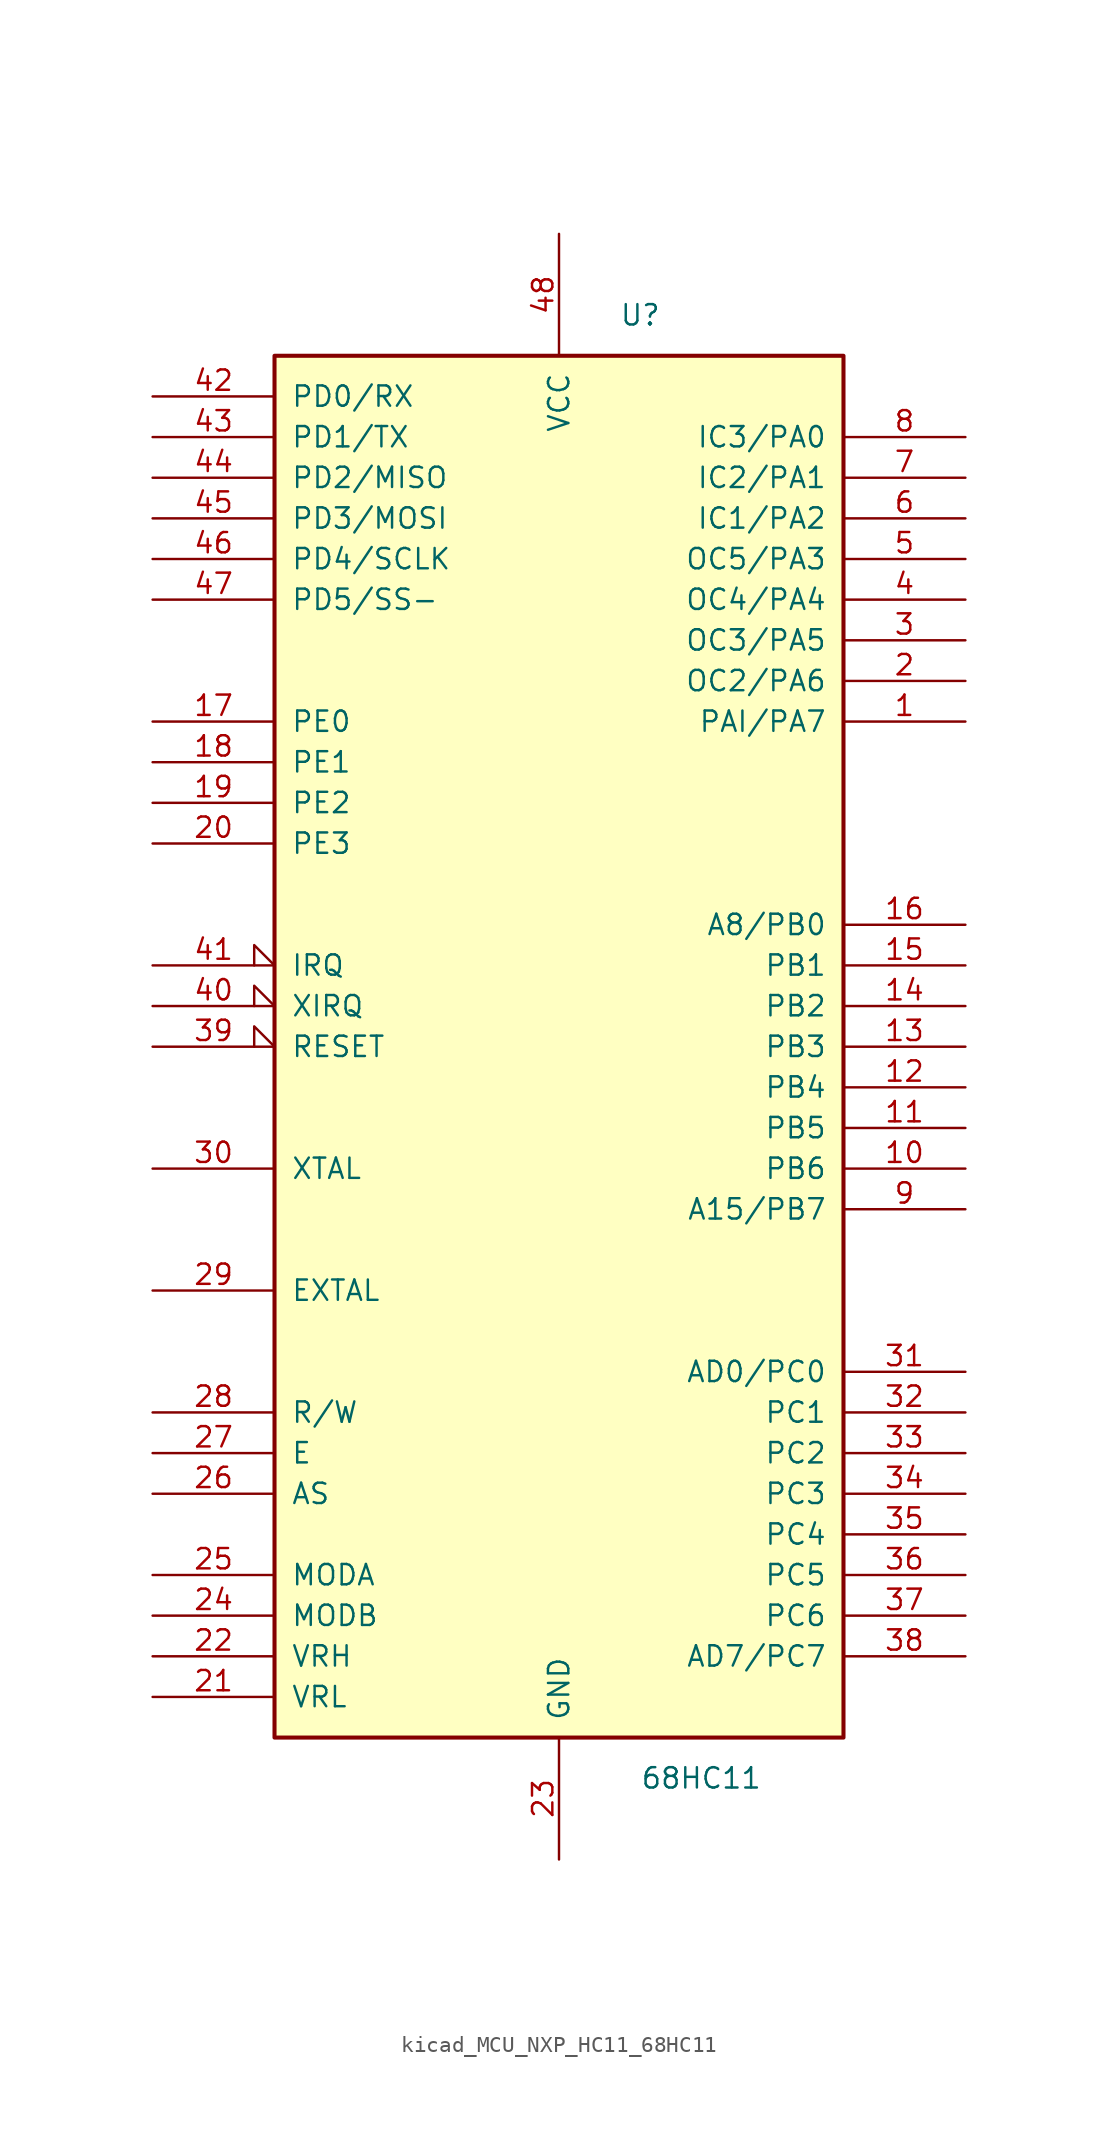
<source format=kicad_sym>
(kicad_symbol_lib
  (version 20220914)
  (generator kicad_symbol_editor)
  (symbol "kicad_MCU_NXP_HC11_68HC11"
    (pin_names
      (offset 1.016))
    (property "Reference" "U"
      (at 5.08 45.72 0)
      (effects (font (size 1.27 1.27))))
    (property "Value" "68HC11"
      (at 8.89 -45.72 0)
      (effects (font (size 1.27 1.27))))
    (symbol "kicad_MCU_NXP_HC11_68HC11_0_1"
      (rectangle (start -17.78 -43.18) (end 17.78 43.18) (stroke (width 0.254) (type default)) (fill (type background))))
    (symbol "kicad_MCU_NXP_HC11_68HC11_1_1"
      (pin input line (at 25.4 20.32 180) (length 7.62) (name "PAI/PA7" (effects (font (size 1.27 1.27)))) (number "1" (effects (font (size 1.27 1.27)))))
      (pin output line (at 25.4 -7.62 180) (length 7.62) (name "PB6" (effects (font (size 1.27 1.27)))) (number "10" (effects (font (size 1.27 1.27)))))
      (pin output line (at 25.4 -5.08 180) (length 7.62) (name "PB5" (effects (font (size 1.27 1.27)))) (number "11" (effects (font (size 1.27 1.27)))))
      (pin output line (at 25.4 -2.54 180) (length 7.62) (name "PB4" (effects (font (size 1.27 1.27)))) (number "12" (effects (font (size 1.27 1.27)))))
      (pin output line (at 25.4 0 180) (length 7.62) (name "PB3" (effects (font (size 1.27 1.27)))) (number "13" (effects (font (size 1.27 1.27)))))
      (pin output line (at 25.4 2.54 180) (length 7.62) (name "PB2" (effects (font (size 1.27 1.27)))) (number "14" (effects (font (size 1.27 1.27)))))
      (pin output line (at 25.4 5.08 180) (length 7.62) (name "PB1" (effects (font (size 1.27 1.27)))) (number "15" (effects (font (size 1.27 1.27)))))
      (pin output line (at 25.4 7.62 180) (length 7.62) (name "A8/PB0" (effects (font (size 1.27 1.27)))) (number "16" (effects (font (size 1.27 1.27)))))
      (pin input line (at -25.4 20.32 0) (length 7.62) (name "PE0" (effects (font (size 1.27 1.27)))) (number "17" (effects (font (size 1.27 1.27)))))
      (pin input line (at -25.4 17.78 0) (length 7.62) (name "PE1" (effects (font (size 1.27 1.27)))) (number "18" (effects (font (size 1.27 1.27)))))
      (pin input line (at -25.4 15.24 0) (length 7.62) (name "PE2" (effects (font (size 1.27 1.27)))) (number "19" (effects (font (size 1.27 1.27)))))
      (pin output line (at 25.4 22.86 180) (length 7.62) (name "OC2/PA6" (effects (font (size 1.27 1.27)))) (number "2" (effects (font (size 1.27 1.27)))))
      (pin input line (at -25.4 12.7 0) (length 7.62) (name "PE3" (effects (font (size 1.27 1.27)))) (number "20" (effects (font (size 1.27 1.27)))))
      (pin passive line (at -25.4 -40.64 0) (length 7.62) (name "VRL" (effects (font (size 1.27 1.27)))) (number "21" (effects (font (size 1.27 1.27)))))
      (pin passive line (at -25.4 -38.1 0) (length 7.62) (name "VRH" (effects (font (size 1.27 1.27)))) (number "22" (effects (font (size 1.27 1.27)))))
      (pin power_in line (at 0 -50.8 90) (length 7.62) (name "GND" (effects (font (size 1.27 1.27)))) (number "23" (effects (font (size 1.27 1.27)))))
      (pin input line (at -25.4 -35.56 0) (length 7.62) (name "MODB" (effects (font (size 1.27 1.27)))) (number "24" (effects (font (size 1.27 1.27)))))
      (pin input line (at -25.4 -33.02 0) (length 7.62) (name "MODA" (effects (font (size 1.27 1.27)))) (number "25" (effects (font (size 1.27 1.27)))))
      (pin output line (at -25.4 -27.94 0) (length 7.62) (name "AS" (effects (font (size 1.27 1.27)))) (number "26" (effects (font (size 1.27 1.27)))))
      (pin output line (at -25.4 -25.4 0) (length 7.62) (name "E" (effects (font (size 1.27 1.27)))) (number "27" (effects (font (size 1.27 1.27)))))
      (pin output line (at -25.4 -22.86 0) (length 7.62) (name "R/W" (effects (font (size 1.27 1.27)))) (number "28" (effects (font (size 1.27 1.27)))))
      (pin input line (at -25.4 -15.24 0) (length 7.62) (name "EXTAL" (effects (font (size 1.27 1.27)))) (number "29" (effects (font (size 1.27 1.27)))))
      (pin output line (at 25.4 25.4 180) (length 7.62) (name "OC3/PA5" (effects (font (size 1.27 1.27)))) (number "3" (effects (font (size 1.27 1.27)))))
      (pin output line (at -25.4 -7.62 0) (length 7.62) (name "XTAL" (effects (font (size 1.27 1.27)))) (number "30" (effects (font (size 1.27 1.27)))))
      (pin tri_state line (at 25.4 -20.32 180) (length 7.62) (name "AD0/PC0" (effects (font (size 1.27 1.27)))) (number "31" (effects (font (size 1.27 1.27)))))
      (pin tri_state line (at 25.4 -22.86 180) (length 7.62) (name "PC1" (effects (font (size 1.27 1.27)))) (number "32" (effects (font (size 1.27 1.27)))))
      (pin tri_state line (at 25.4 -25.4 180) (length 7.62) (name "PC2" (effects (font (size 1.27 1.27)))) (number "33" (effects (font (size 1.27 1.27)))))
      (pin tri_state line (at 25.4 -27.94 180) (length 7.62) (name "PC3" (effects (font (size 1.27 1.27)))) (number "34" (effects (font (size 1.27 1.27)))))
      (pin tri_state line (at 25.4 -30.48 180) (length 7.62) (name "PC4" (effects (font (size 1.27 1.27)))) (number "35" (effects (font (size 1.27 1.27)))))
      (pin tri_state line (at 25.4 -33.02 180) (length 7.62) (name "PC5" (effects (font (size 1.27 1.27)))) (number "36" (effects (font (size 1.27 1.27)))))
      (pin tri_state line (at 25.4 -35.56 180) (length 7.62) (name "PC6" (effects (font (size 1.27 1.27)))) (number "37" (effects (font (size 1.27 1.27)))))
      (pin tri_state line (at 25.4 -38.1 180) (length 7.62) (name "AD7/PC7" (effects (font (size 1.27 1.27)))) (number "38" (effects (font (size 1.27 1.27)))))
      (pin input input_low (at -25.4 0 0) (length 7.62) (name "RESET" (effects (font (size 1.27 1.27)))) (number "39" (effects (font (size 1.27 1.27)))))
      (pin output line (at 25.4 27.94 180) (length 7.62) (name "OC4/PA4" (effects (font (size 1.27 1.27)))) (number "4" (effects (font (size 1.27 1.27)))))
      (pin input input_low (at -25.4 2.54 0) (length 7.62) (name "XIRQ" (effects (font (size 1.27 1.27)))) (number "40" (effects (font (size 1.27 1.27)))))
      (pin input input_low (at -25.4 5.08 0) (length 7.62) (name "IRQ" (effects (font (size 1.27 1.27)))) (number "41" (effects (font (size 1.27 1.27)))))
      (pin input line (at -25.4 40.64 0) (length 7.62) (name "PD0/RX" (effects (font (size 1.27 1.27)))) (number "42" (effects (font (size 1.27 1.27)))))
      (pin input line (at -25.4 38.1 0) (length 7.62) (name "PD1/TX" (effects (font (size 1.27 1.27)))) (number "43" (effects (font (size 1.27 1.27)))))
      (pin input line (at -25.4 35.56 0) (length 7.62) (name "PD2/MISO" (effects (font (size 1.27 1.27)))) (number "44" (effects (font (size 1.27 1.27)))))
      (pin input line (at -25.4 33.02 0) (length 7.62) (name "PD3/MOSI" (effects (font (size 1.27 1.27)))) (number "45" (effects (font (size 1.27 1.27)))))
      (pin input line (at -25.4 30.48 0) (length 7.62) (name "PD4/SCLK" (effects (font (size 1.27 1.27)))) (number "46" (effects (font (size 1.27 1.27)))))
      (pin input line (at -25.4 27.94 0) (length 7.62) (name "PD5/SS-" (effects (font (size 1.27 1.27)))) (number "47" (effects (font (size 1.27 1.27)))))
      (pin power_in line (at 0 50.8 270) (length 7.62) (name "VCC" (effects (font (size 1.27 1.27)))) (number "48" (effects (font (size 1.27 1.27)))))
      (pin output line (at 25.4 30.48 180) (length 7.62) (name "OC5/PA3" (effects (font (size 1.27 1.27)))) (number "5" (effects (font (size 1.27 1.27)))))
      (pin input line (at 25.4 33.02 180) (length 7.62) (name "IC1/PA2" (effects (font (size 1.27 1.27)))) (number "6" (effects (font (size 1.27 1.27)))))
      (pin input line (at 25.4 35.56 180) (length 7.62) (name "IC2/PA1" (effects (font (size 1.27 1.27)))) (number "7" (effects (font (size 1.27 1.27)))))
      (pin input line (at 25.4 38.1 180) (length 7.62) (name "IC3/PA0" (effects (font (size 1.27 1.27)))) (number "8" (effects (font (size 1.27 1.27)))))
      (pin output line (at 25.4 -10.16 180) (length 7.62) (name "A15/PB7" (effects (font (size 1.27 1.27)))) (number "9" (effects (font (size 1.27 1.27))))))))
</source>
